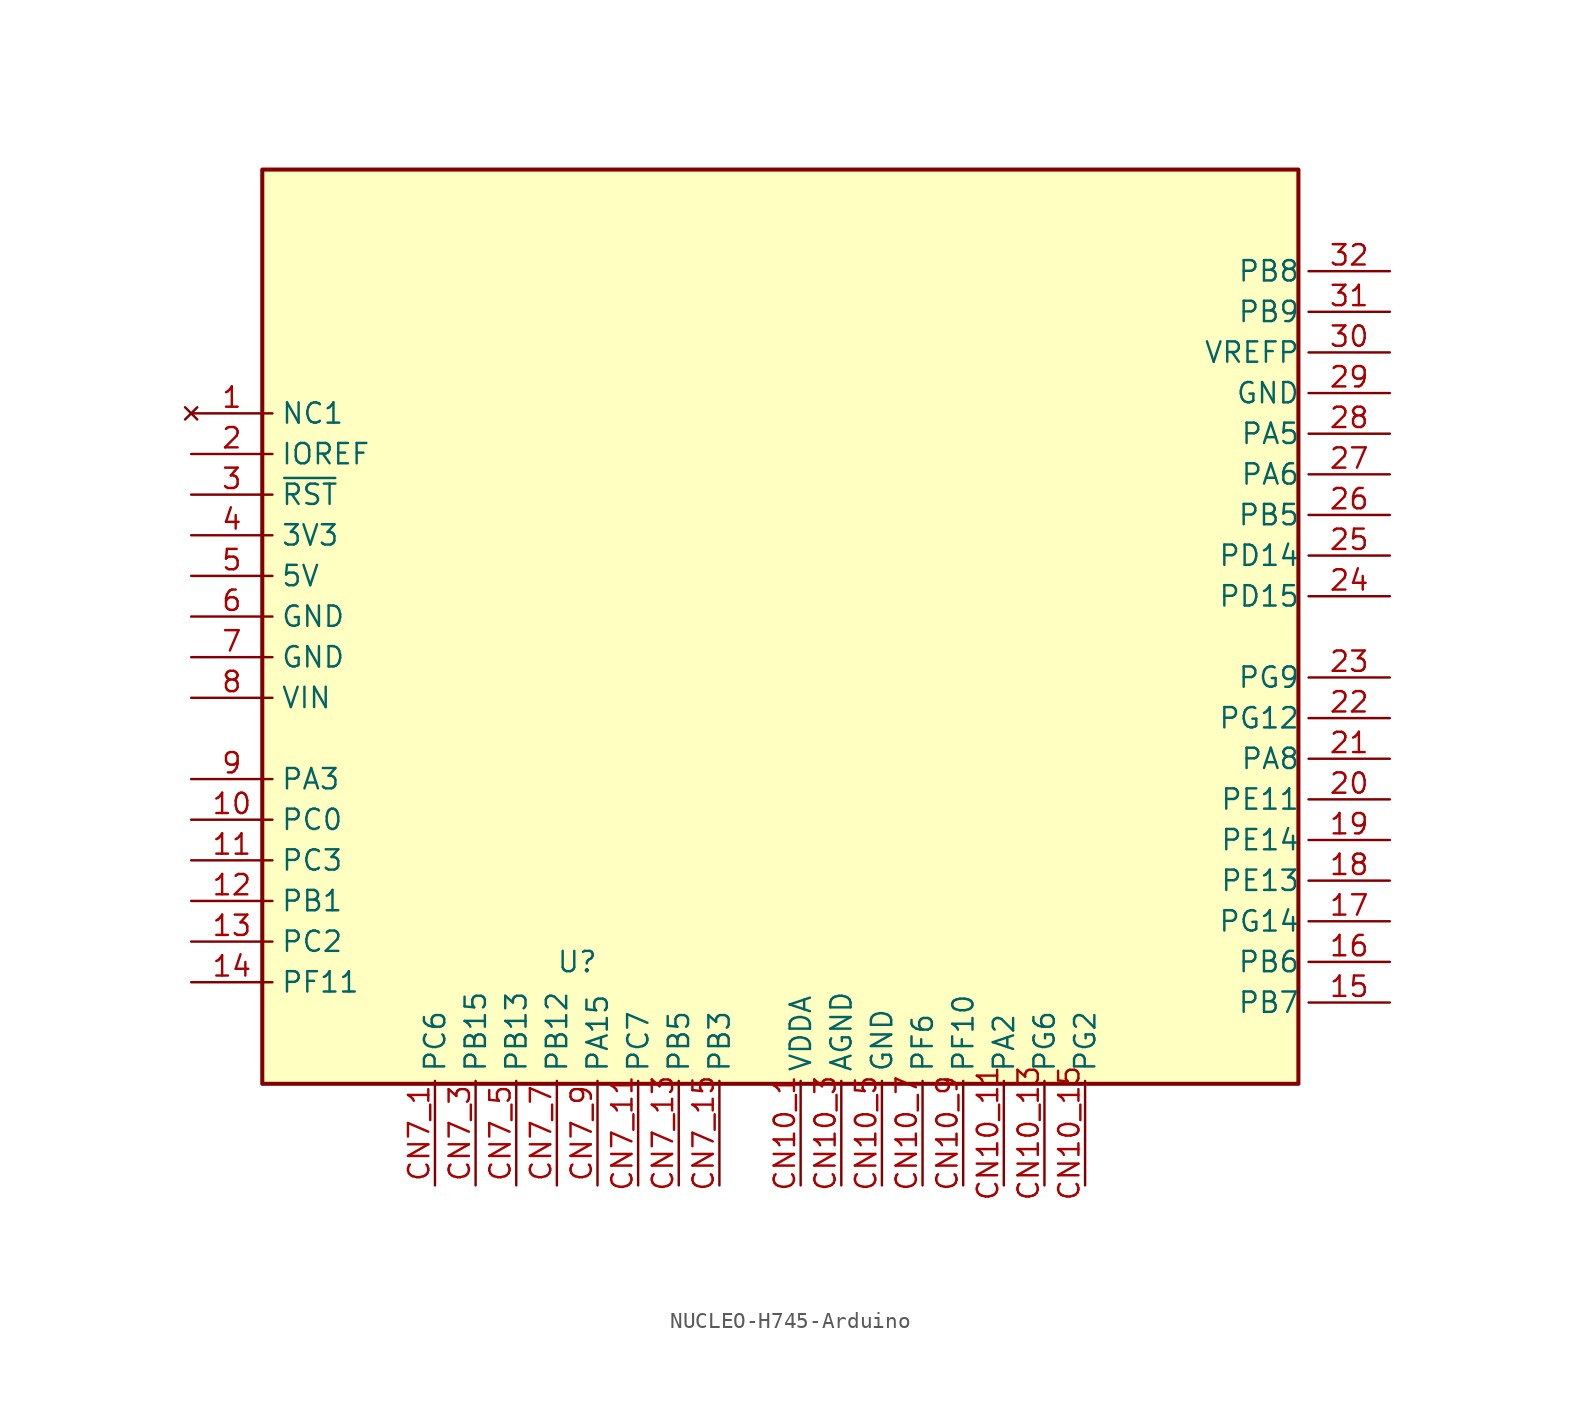
<source format=kicad_sym>
(kicad_symbol_lib
  (version 20220914)
  (generator kicad_symbol_editor)
  (symbol "NUCLEO-H745-Arduino"
    (property "Reference" "U"
      (at 0 -22.86 0)
      (effects (font (size 1.27 1.27))))
    (property "Value" ""
      (at 0 -22.86 0)
      (effects (font (size 1.27 1.27))))
    (symbol "NUCLEO-H745-Arduino_0_0"
      (text "" (at 48.26 -5.08 0) (effects (font (size 1.27 1.27)))))
    (symbol "NUCLEO-H745-Arduino_1_0"
      (rectangle (start -19.685 26.67) (end 45.085 -30.48) (stroke (width 0.254) (type default)) (fill (type background)))
      (pin no_connect line (at -24.13 11.43 0) (length 5.08) (name "NC1" (effects (font (size 1.27 1.27)))) (number "1" (effects (font (size 1.27 1.27)))))
      (pin power_in line (at -24.13 8.89 0) (length 5.08) (name "IOREF" (effects (font (size 1.27 1.27)))) (number "2" (effects (font (size 1.27 1.27)))))
      (pin power_in line (at 50.8 12.7 180) (length 5.08) (name "GND" (effects (font (size 1.27 1.27)))) (number "29" (effects (font (size 1.27 1.27)))))
      (pin input line (at -24.13 6.35 0) (length 5.08) (name "~{RST}" (effects (font (size 1.27 1.27)))) (number "3" (effects (font (size 1.27 1.27)))))
      (pin power_in line (at 50.8 15.24 180) (length 5.08) (name "VREFP" (effects (font (size 1.27 1.27)))) (number "30" (effects (font (size 1.27 1.27)))))
      (pin power_in line (at -24.13 3.81 0) (length 5.08) (name "3V3" (effects (font (size 1.27 1.27)))) (number "4" (effects (font (size 1.27 1.27)))))
      (pin power_in line (at -24.13 1.27 0) (length 5.08) (name "5V" (effects (font (size 1.27 1.27)))) (number "5" (effects (font (size 1.27 1.27)))))
      (pin power_in line (at -24.13 -1.27 0) (length 5.08) (name "GND" (effects (font (size 1.27 1.27)))) (number "6" (effects (font (size 1.27 1.27)))))
      (pin power_in line (at -24.13 -3.81 0) (length 5.08) (name "GND" (effects (font (size 1.27 1.27)))) (number "7" (effects (font (size 1.27 1.27)))))
      (pin power_in line (at -24.13 -6.35 0) (length 5.08) (name "VIN" (effects (font (size 1.27 1.27)))) (number "8" (effects (font (size 1.27 1.27))))))
    (symbol "NUCLEO-H745-Arduino_1_1"
      (pin bidirectional line (at -24.13 -13.97 0) (length 5.08) (name "PC0" (effects (font (size 1.27 1.27)))) (number "10" (effects (font (size 1.27 1.27)))))
      (pin bidirectional line (at -24.13 -16.51 0) (length 5.08) (name "PC3" (effects (font (size 1.27 1.27)))) (number "11" (effects (font (size 1.27 1.27)))))
      (pin bidirectional line (at -24.13 -19.05 0) (length 5.08) (name "PB1" (effects (font (size 1.27 1.27)))) (number "12" (effects (font (size 1.27 1.27)))))
      (pin bidirectional line (at -24.13 -21.59 0) (length 5.08) (name "PC2" (effects (font (size 1.27 1.27)))) (number "13" (effects (font (size 1.27 1.27)))))
      (pin bidirectional line (at -24.13 -24.13 0) (length 5.08) (name "PF11" (effects (font (size 1.27 1.27)))) (number "14" (effects (font (size 1.27 1.27)))))
      (pin bidirectional line (at 50.8 -25.4 180) (length 5.08) (name "PB7" (effects (font (size 1.27 1.27)))) (number "15" (effects (font (size 1.27 1.27)))))
      (pin bidirectional line (at 50.8 -22.86 180) (length 5.08) (name "PB6" (effects (font (size 1.27 1.27)))) (number "16" (effects (font (size 1.27 1.27)))))
      (pin bidirectional line (at 50.8 -20.32 180) (length 5.08) (name "PG14" (effects (font (size 1.27 1.27)))) (number "17" (effects (font (size 1.27 1.27)))))
      (pin bidirectional line (at 50.8 -17.78 180) (length 5.08) (name "PE13" (effects (font (size 1.27 1.27)))) (number "18" (effects (font (size 1.27 1.27)))))
      (pin bidirectional line (at 50.8 -15.24 180) (length 5.08) (name "PE14" (effects (font (size 1.27 1.27)))) (number "19" (effects (font (size 1.27 1.27)))))
      (pin bidirectional line (at 50.8 -12.7 180) (length 5.08) (name "PE11" (effects (font (size 1.27 1.27)))) (number "20" (effects (font (size 1.27 1.27)))))
      (pin bidirectional line (at 50.8 -10.16 180) (length 5.08) (name "PA8" (effects (font (size 1.27 1.27)))) (number "21" (effects (font (size 1.27 1.27)))))
      (pin bidirectional line (at 50.8 -7.62 180) (length 5.08) (name "PG12" (effects (font (size 1.27 1.27)))) (number "22" (effects (font (size 1.27 1.27)))))
      (pin bidirectional line (at 50.8 -5.08 180) (length 5.08) (name "PG9" (effects (font (size 1.27 1.27)))) (number "23" (effects (font (size 1.27 1.27)))))
      (pin bidirectional line (at 50.8 0 180) (length 5.08) (name "PD15" (effects (font (size 1.27 1.27)))) (number "24" (effects (font (size 1.27 1.27)))))
      (pin bidirectional line (at 50.8 2.54 180) (length 5.08) (name "PD14" (effects (font (size 1.27 1.27)))) (number "25" (effects (font (size 1.27 1.27)))))
      (pin bidirectional line (at 50.8 5.08 180) (length 5.08) (name "PB5" (effects (font (size 1.27 1.27)))) (number "26" (effects (font (size 1.27 1.27)))))
      (pin bidirectional line (at 50.8 7.62 180) (length 5.08) (name "PA6" (effects (font (size 1.27 1.27)))) (number "27" (effects (font (size 1.27 1.27)))))
      (pin bidirectional line (at 50.8 10.16 180) (length 5.08) (name "PA5" (effects (font (size 1.27 1.27)))) (number "28" (effects (font (size 1.27 1.27)))))
      (pin bidirectional line (at 50.8 17.78 180) (length 5.08) (name "PB9" (effects (font (size 1.27 1.27)))) (number "31" (effects (font (size 1.27 1.27)))))
      (pin bidirectional line (at 50.8 20.32 180) (length 5.08) (name "PB8" (effects (font (size 1.27 1.27)))) (number "32" (effects (font (size 1.27 1.27)))))
      (pin bidirectional line (at -24.13 -11.43 0) (length 5.08) (name "PA3" (effects (font (size 1.27 1.27)))) (number "9" (effects (font (size 1.27 1.27)))))
      (pin power_in line (at 13.97 -36.83 90) (length 6.53) (name "VDDA" (effects (font (size 1.27 1.27)))) (number "CN10_1" (effects (font (size 1.27 1.27)))))
      (pin bidirectional line (at 26.67 -36.83 90) (length 6.53) (name "PA2" (effects (font (size 1.27 1.27)))) (number "CN10_11" (effects (font (size 1.27 1.27)))))
      (pin bidirectional line (at 29.21 -36.83 90) (length 6.53) (name "PG6" (effects (font (size 1.27 1.27)))) (number "CN10_13" (effects (font (size 1.27 1.27)))))
      (pin bidirectional line (at 31.75 -36.83 90) (length 6.53) (name "PG2" (effects (font (size 1.27 1.27)))) (number "CN10_15" (effects (font (size 1.27 1.27)))))
      (pin power_in line (at 16.51 -36.83 90) (length 6.53) (name "AGND" (effects (font (size 1.27 1.27)))) (number "CN10_3" (effects (font (size 1.27 1.27)))))
      (pin power_in line (at 19.05 -36.83 90) (length 6.53) (name "GND" (effects (font (size 1.27 1.27)))) (number "CN10_5" (effects (font (size 1.27 1.27)))))
      (pin bidirectional line (at 21.59 -36.83 90) (length 6.53) (name "PF6" (effects (font (size 1.27 1.27)))) (number "CN10_7" (effects (font (size 1.27 1.27)))))
      (pin bidirectional line (at 24.13 -36.83 90) (length 6.53) (name "PF10" (effects (font (size 1.27 1.27)))) (number "CN10_9" (effects (font (size 1.27 1.27)))))
      (pin bidirectional line (at -8.89 -36.83 90) (length 6.53) (name "PC6" (effects (font (size 1.27 1.27)))) (number "CN7_1" (effects (font (size 1.27 1.27)))))
      (pin bidirectional line (at 3.81 -36.83 90) (length 6.53) (name "PC7" (effects (font (size 1.27 1.27)))) (number "CN7_11" (effects (font (size 1.27 1.27)))))
      (pin bidirectional line (at 6.35 -36.83 90) (length 6.53) (name "PB5" (effects (font (size 1.27 1.27)))) (number "CN7_13" (effects (font (size 1.27 1.27)))))
      (pin bidirectional line (at 8.89 -36.83 90) (length 6.53) (name "PB3" (effects (font (size 1.27 1.27)))) (number "CN7_15" (effects (font (size 1.27 1.27)))))
      (pin bidirectional line (at -6.35 -36.83 90) (length 6.53) (name "PB15" (effects (font (size 1.27 1.27)))) (number "CN7_3" (effects (font (size 1.27 1.27)))))
      (pin bidirectional line (at -3.81 -36.83 90) (length 6.53) (name "PB13" (effects (font (size 1.27 1.27)))) (number "CN7_5" (effects (font (size 1.27 1.27)))))
      (pin bidirectional line (at -1.27 -36.83 90) (length 6.53) (name "PB12" (effects (font (size 1.27 1.27)))) (number "CN7_7" (effects (font (size 1.27 1.27)))))
      (pin bidirectional line (at 1.27 -36.83 90) (length 6.53) (name "PA15" (effects (font (size 1.27 1.27)))) (number "CN7_9" (effects (font (size 1.27 1.27))))))))
</source>
